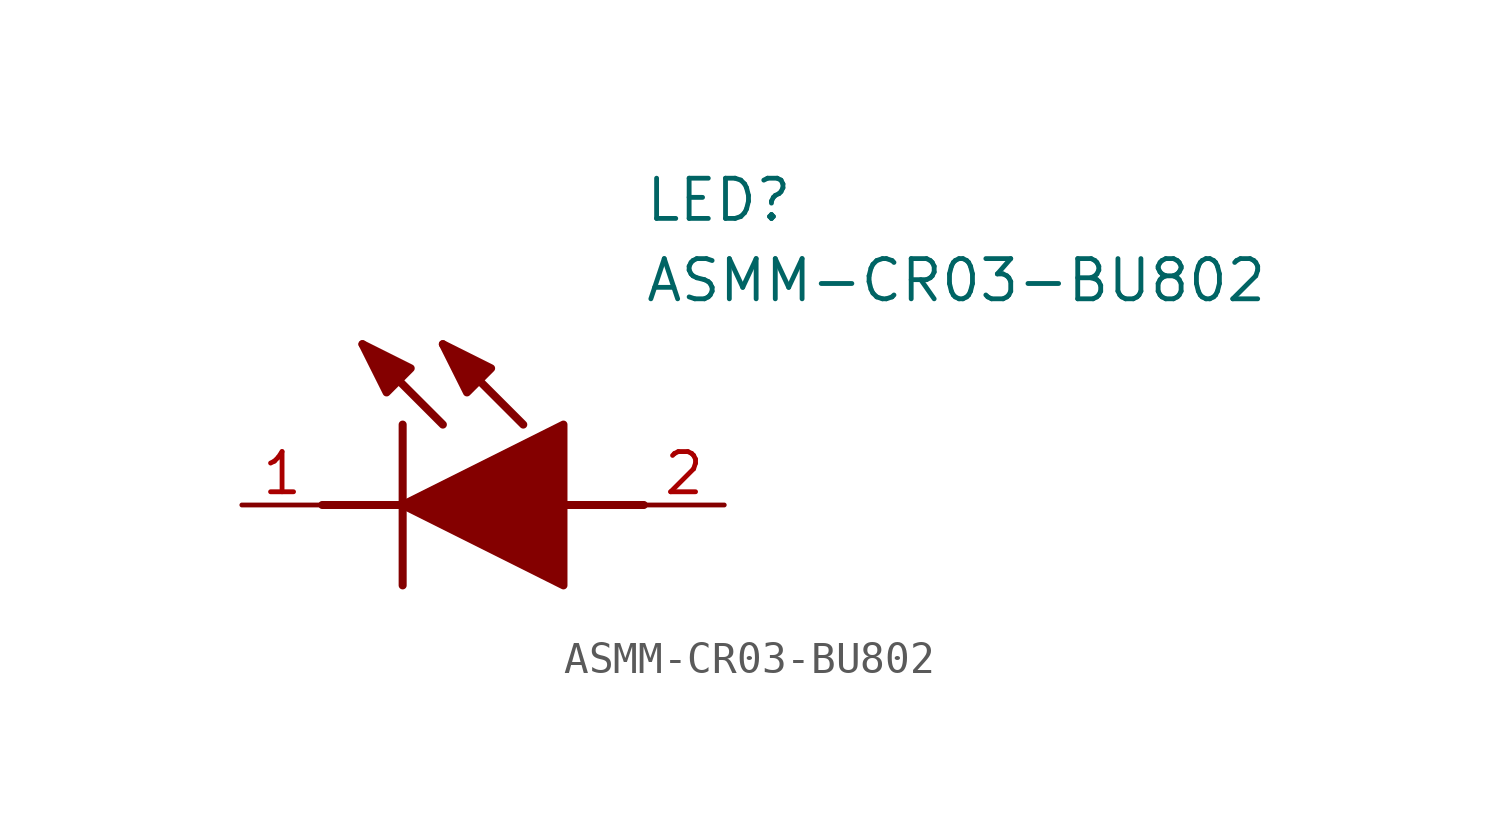
<source format=kicad_sym>
(kicad_symbol_lib
  (version 20211014)
  (generator SamacSys_ECAD_Model)
  (symbol "ASMM-CR03-BU802"
    (pin_names hide)
    (property "Reference" "LED"
      (at 12.7 8.89 0)
      (effects (font (size 1.27 1.27)) (justify left bottom)))
    (property "Value" "ASMM-CR03-BU802"
      (at 12.7 6.35 0)
      (effects (font (size 1.27 1.27)) (justify left bottom)))
    (polyline
      (pts (xy 5.08 2.54) (xy 5.08 -2.54))
      (stroke (width 0.254) (type default))
      (fill (type none)))
    (polyline
      (pts (xy 6.35 2.54) (xy 3.81 5.08))
      (stroke (width 0.254) (type default))
      (fill (type none)))
    (polyline
      (pts (xy 8.89 2.54) (xy 6.35 5.08))
      (stroke (width 0.254) (type default))
      (fill (type none)))
    (polyline
      (pts (xy 2.54 0) (xy 5.08 0))
      (stroke (width 0.254) (type default))
      (fill (type none)))
    (polyline
      (pts (xy 10.16 0) (xy 12.7 0))
      (stroke (width 0.254) (type default))
      (fill (type none)))
    (polyline
      (pts (xy 5.08 0) (xy 10.16 2.54) (xy 10.16 -2.54) (xy 5.08 0))
      (stroke (width 0.254) (type default))
      (fill (type outline)))
    (polyline
      (pts (xy 5.334 4.318) (xy 4.572 3.556) (xy 3.81 5.08) (xy 5.334 4.318))
      (stroke (width 0.254) (type default))
      (fill (type outline)))
    (polyline
      (pts (xy 7.874 4.318) (xy 7.112 3.556) (xy 6.35 5.08) (xy 7.874 4.318))
      (stroke (width 0.254) (type default))
      (fill (type outline)))
    (pin passive line
      (at 0 0 0)
      (length 2.54)
      (name "K" (effects (font (size 1.27 1.27))))
      (number "1" (effects (font (size 1.27 1.27)))))
    (pin passive line
      (at 15.24 0 180)
      (length 2.54)
      (name "A" (effects (font (size 1.27 1.27))))
      (number "2" (effects (font (size 1.27 1.27)))))))
</source>
